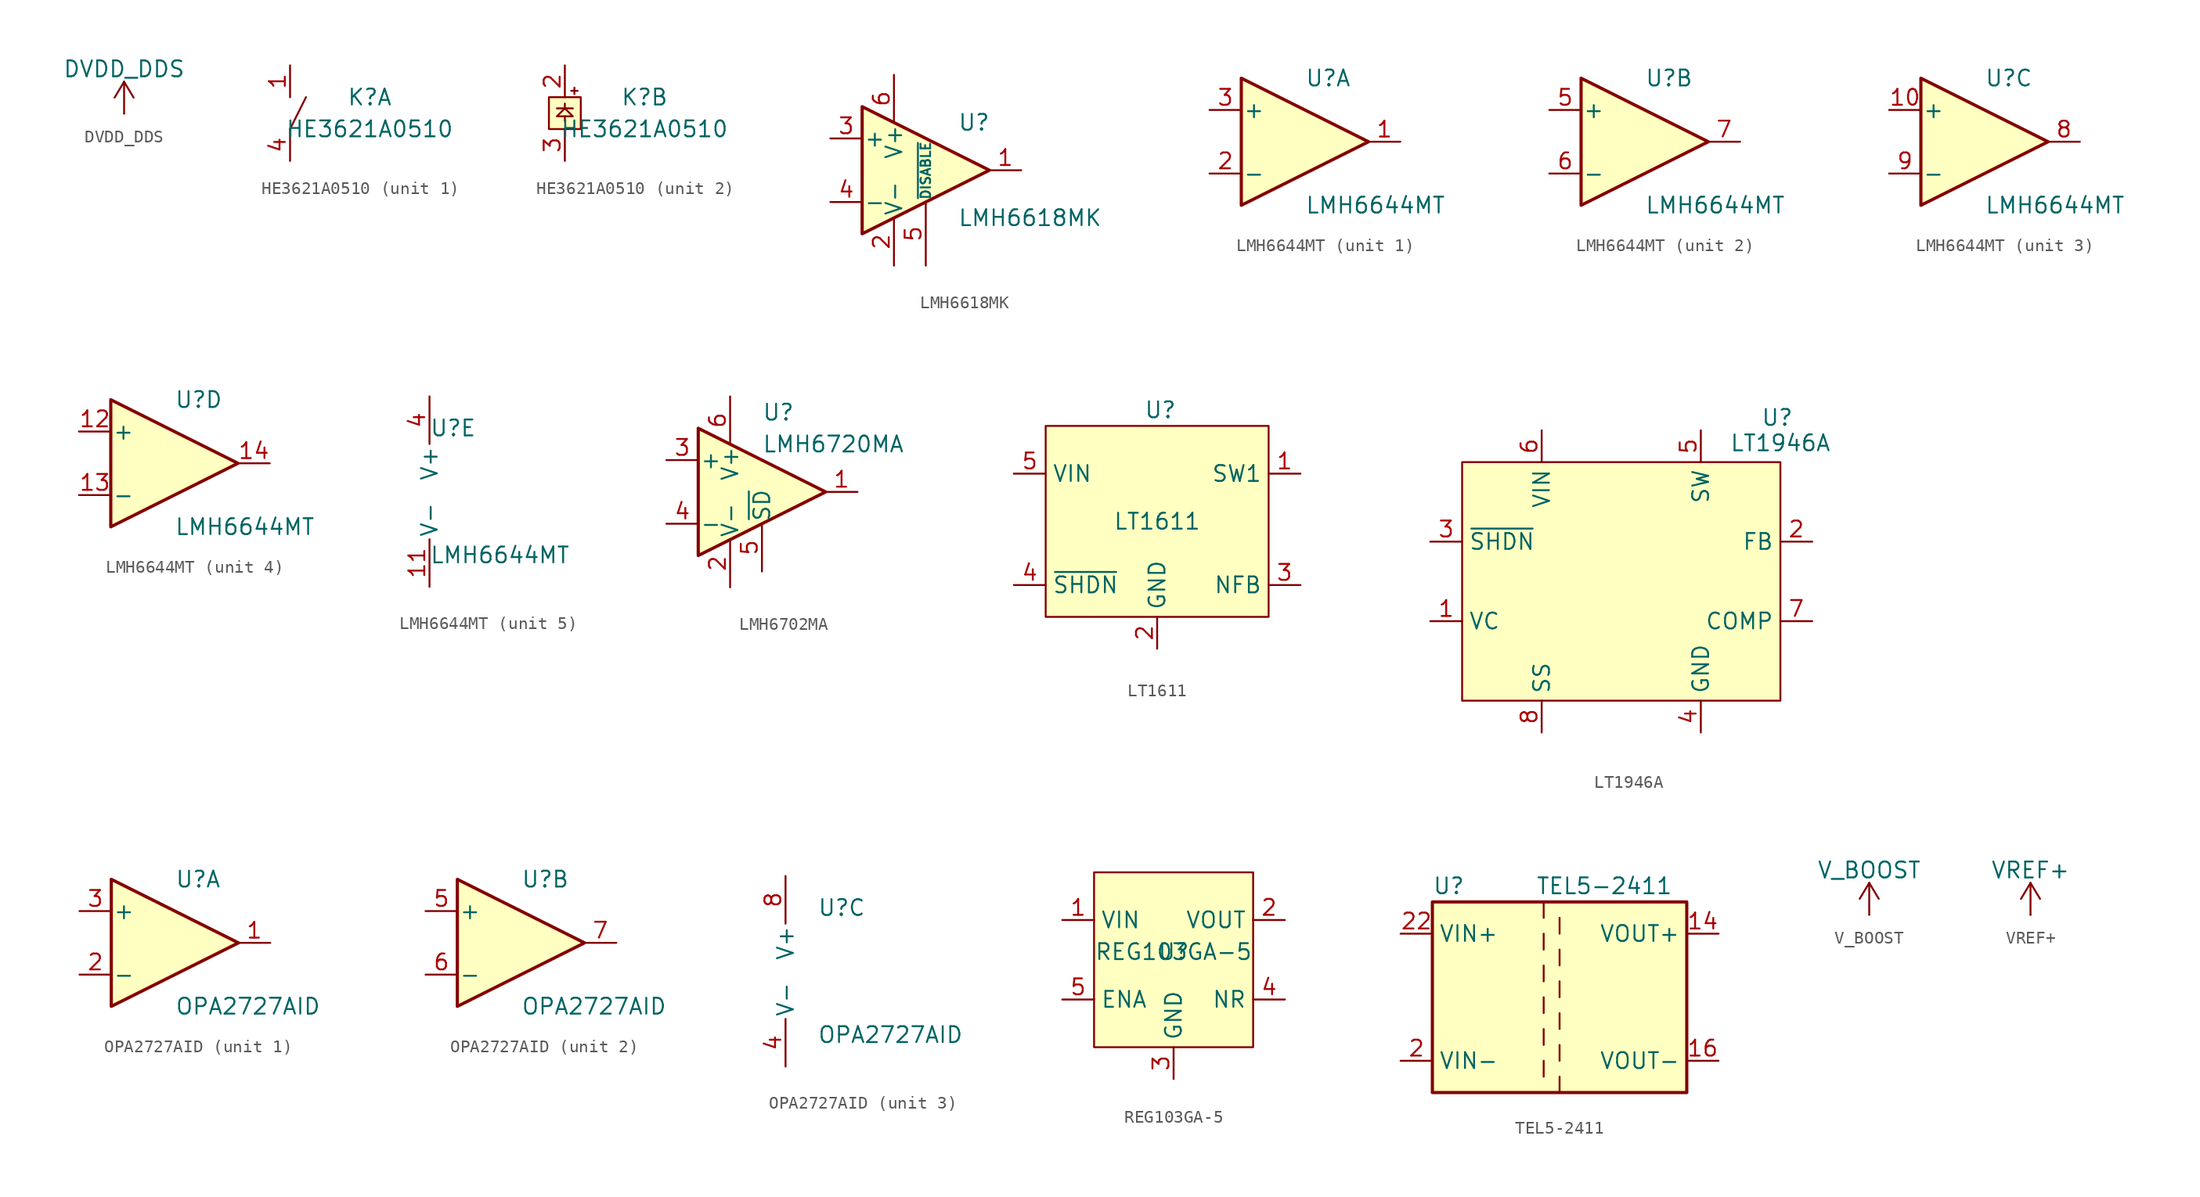
<source format=kicad_sym>
(kicad_symbol_lib
  (version 20231120)
  (generator "kicad_symbol_editor")
  (generator_version "8.0")
  (symbol "DVDD_DDS"
    (power)
    (pin_numbers hide)
    (pin_names
      (offset 0) hide)
    (property "Reference" "#PWR"
      (at 0 -3.81 0)
      (effects (font (size 1.27 1.27)) (hide yes)))
    (property "Value" "DVDD_DDS"
      (at 0 3.556 0)
      (effects (font (size 1.27 1.27))))
    (symbol "DVDD_DDS_0_1"
      (polyline (pts (xy -0.762 1.27) (xy 0 2.54)) (stroke (width 0) (type default)) (fill (type none)))
      (polyline (pts (xy 0 0) (xy 0 2.54)) (stroke (width 0) (type default)) (fill (type none)))
      (polyline (pts (xy 0 2.54) (xy 0.762 1.27)) (stroke (width 0) (type default)) (fill (type none))))
    (symbol "DVDD_DDS_1_1"
      (pin power_in line (at 0 0 90) (length 0) (name "~" (effects (font (size 1.27 1.27)))) (number "1" (effects (font (size 1.27 1.27)))))))
  (symbol "HE3621A0510"
    (pin_names
      (offset 1.016))
    (property "Reference" "K"
      (at 6.35 1.27 0)
      (effects (font (size 1.27 1.27))))
    (property "Value" "HE3621A0510"
      (at 6.35 -1.27 0)
      (effects (font (size 1.27 1.27))))
    (symbol "HE3621A0510_1_1"
      (polyline (pts (xy 0 -1.27) (xy 1.27 1.27)) (stroke (width 0) (type default)) (fill (type none)))
      (pin passive line (at 0 3.81 270) (length 2.54) (name "~" (effects (font (size 1.27 1.27)))) (number "1" (effects (font (size 1.27 1.27)))))
      (pin passive line (at 0 -3.81 90) (length 2.54) (name "~" (effects (font (size 1.27 1.27)))) (number "4" (effects (font (size 1.27 1.27))))))
    (symbol "HE3621A0510_2_1"
      (polyline (pts (xy 0 -0.254) (xy 0 -0.635)) (stroke (width 0) (type default)) (fill (type none)))
      (polyline (pts (xy 0 0.381) (xy 0 0.762)) (stroke (width 0) (type default)) (fill (type none)))
      (polyline (pts (xy 0.508 1.778) (xy 1.016 1.778)) (stroke (width 0) (type default)) (fill (type none)))
      (polyline (pts (xy 0.635 0.381) (xy -0.635 0.381)) (stroke (width 0) (type default)) (fill (type none)))
      (polyline (pts (xy 0.762 2.032) (xy 0.762 1.524)) (stroke (width 0) (type default)) (fill (type none)))
      (polyline (pts (xy 0.635 -0.254) (xy -0.635 -0.254) (xy 0 0.381) (xy 0.635 -0.254)) (stroke (width 0) (type default)) (fill (type none)))
      (rectangle (start 1.27 1.27) (end -1.27 -1.27) (stroke (width 0) (type default)) (fill (type background)))
      (pin passive line (at 0 3.81 270) (length 2.54) (name "~" (effects (font (size 1.27 1.27)))) (number "2" (effects (font (size 1.27 1.27)))))
      (pin passive line (at 0 -3.81 90) (length 2.54) (name "~" (effects (font (size 1.27 1.27)))) (number "3" (effects (font (size 1.27 1.27)))))))
  (symbol "LMH6618MK"
    (pin_names
      (offset 0.127))
    (property "Reference" "U"
      (at 2.54 3.81 0)
      (effects (font (size 1.27 1.27)) (justify left)))
    (property "Value" "LMH6618MK"
      (at 2.54 -3.81 0)
      (effects (font (size 1.27 1.27)) (justify left)))
    (symbol "LMH6618MK_0_1"
      (polyline (pts (xy -5.08 5.08) (xy 5.08 0) (xy -5.08 -5.08) (xy -5.08 5.08)) (stroke (width 0.254) (type default)) (fill (type background))))
    (symbol "LMH6618MK_1_1"
      (pin output line (at 7.62 0 180) (length 2.54) (name "~" (effects (font (size 1.27 1.27)))) (number "1" (effects (font (size 1.27 1.27)))))
      (pin power_in line (at -2.54 -7.62 90) (length 3.81) (name "V-" (effects (font (size 1.27 1.27)))) (number "2" (effects (font (size 1.27 1.27)))))
      (pin input line (at -7.62 2.54 0) (length 2.54) (name "+" (effects (font (size 1.27 1.27)))) (number "3" (effects (font (size 1.27 1.27)))))
      (pin input line (at -7.62 -2.54 0) (length 2.54) (name "-" (effects (font (size 1.27 1.27)))) (number "4" (effects (font (size 1.27 1.27)))))
      (pin input line (at 0 -7.62 90) (length 5.08) (name "~{DISABLE}" (effects (font (size 0.762 0.762)))) (number "5" (effects (font (size 1.27 1.27)))))
      (pin power_in line (at -2.54 7.62 270) (length 3.81) (name "V+" (effects (font (size 1.27 1.27)))) (number "6" (effects (font (size 1.27 1.27)))))))
  (symbol "LMH6644MT"
    (pin_names
      (offset 0.127))
    (property "Reference" "U"
      (at 0 5.08 0)
      (effects (font (size 1.27 1.27)) (justify left)))
    (property "Value" "LMH6644MT"
      (at 0 -5.08 0)
      (effects (font (size 1.27 1.27)) (justify left)))
    (property "ki_locked" ""
      (at 0 0 0)
      (effects (font (size 1.27 1.27))))
    (symbol "LMH6644MT_1_1"
      (polyline (pts (xy -5.08 5.08) (xy 5.08 0) (xy -5.08 -5.08) (xy -5.08 5.08)) (stroke (width 0.254) (type default)) (fill (type background)))
      (pin output line (at 7.62 0 180) (length 2.54) (name "~" (effects (font (size 1.27 1.27)))) (number "1" (effects (font (size 1.27 1.27)))))
      (pin input line (at -7.62 -2.54 0) (length 2.54) (name "-" (effects (font (size 1.27 1.27)))) (number "2" (effects (font (size 1.27 1.27)))))
      (pin input line (at -7.62 2.54 0) (length 2.54) (name "+" (effects (font (size 1.27 1.27)))) (number "3" (effects (font (size 1.27 1.27))))))
    (symbol "LMH6644MT_2_1"
      (polyline (pts (xy -5.08 5.08) (xy 5.08 0) (xy -5.08 -5.08) (xy -5.08 5.08)) (stroke (width 0.254) (type default)) (fill (type background)))
      (pin input line (at -7.62 2.54 0) (length 2.54) (name "+" (effects (font (size 1.27 1.27)))) (number "5" (effects (font (size 1.27 1.27)))))
      (pin input line (at -7.62 -2.54 0) (length 2.54) (name "-" (effects (font (size 1.27 1.27)))) (number "6" (effects (font (size 1.27 1.27)))))
      (pin output line (at 7.62 0 180) (length 2.54) (name "~" (effects (font (size 1.27 1.27)))) (number "7" (effects (font (size 1.27 1.27))))))
    (symbol "LMH6644MT_3_1"
      (polyline (pts (xy -5.08 5.08) (xy 5.08 0) (xy -5.08 -5.08) (xy -5.08 5.08)) (stroke (width 0.254) (type default)) (fill (type background)))
      (pin input line (at -7.62 2.54 0) (length 2.54) (name "+" (effects (font (size 1.27 1.27)))) (number "10" (effects (font (size 1.27 1.27)))))
      (pin output line (at 7.62 0 180) (length 2.54) (name "~" (effects (font (size 1.27 1.27)))) (number "8" (effects (font (size 1.27 1.27)))))
      (pin input line (at -7.62 -2.54 0) (length 2.54) (name "-" (effects (font (size 1.27 1.27)))) (number "9" (effects (font (size 1.27 1.27))))))
    (symbol "LMH6644MT_4_1"
      (polyline (pts (xy -5.08 5.08) (xy 5.08 0) (xy -5.08 -5.08) (xy -5.08 5.08)) (stroke (width 0.254) (type default)) (fill (type background)))
      (pin input line (at -7.62 2.54 0) (length 2.54) (name "+" (effects (font (size 1.27 1.27)))) (number "12" (effects (font (size 1.27 1.27)))))
      (pin input line (at -7.62 -2.54 0) (length 2.54) (name "-" (effects (font (size 1.27 1.27)))) (number "13" (effects (font (size 1.27 1.27)))))
      (pin output line (at 7.62 0 180) (length 2.54) (name "~" (effects (font (size 1.27 1.27)))) (number "14" (effects (font (size 1.27 1.27))))))
    (symbol "LMH6644MT_5_1"
      (pin power_in line (at 0 -7.62 90) (length 3.81) (name "V-" (effects (font (size 1.27 1.27)))) (number "11" (effects (font (size 1.27 1.27)))))
      (pin power_in line (at 0 7.62 270) (length 3.81) (name "V+" (effects (font (size 1.27 1.27)))) (number "4" (effects (font (size 1.27 1.27)))))))
  (symbol "LMH6702MA"
    (pin_names
      (offset 0.127))
    (property "Reference" "U"
      (at 0 6.35 0)
      (effects (font (size 1.27 1.27)) (justify left)))
    (property "Value" "LMH6720MA"
      (at 0 3.81 0)
      (effects (font (size 1.27 1.27)) (justify left)))
    (symbol "LMH6702MA_0_1"
      (polyline (pts (xy -5.08 5.08) (xy 5.08 0) (xy -5.08 -5.08) (xy -5.08 5.08)) (stroke (width 0.254) (type default)) (fill (type background))))
    (symbol "LMH6702MA_1_1"
      (pin output line (at 7.62 0 180) (length 2.54) (name "~" (effects (font (size 1.27 1.27)))) (number "1" (effects (font (size 1.27 1.27)))))
      (pin power_in line (at -2.54 -7.62 90) (length 3.81) (name "V-" (effects (font (size 1.27 1.27)))) (number "2" (effects (font (size 1.27 1.27)))))
      (pin input line (at -7.62 2.54 0) (length 2.54) (name "+" (effects (font (size 1.27 1.27)))) (number "3" (effects (font (size 1.27 1.27)))))
      (pin input line (at -7.62 -2.54 0) (length 2.54) (name "-" (effects (font (size 1.27 1.27)))) (number "4" (effects (font (size 1.27 1.27)))))
      (pin input line (at 0 -6.35 90) (length 3.81) (name "~{SD}" (effects (font (size 1.27 1.27)))) (number "5" (effects (font (size 1.27 1.27)))))
      (pin power_in line (at -2.54 7.62 270) (length 3.81) (name "V+" (effects (font (size 1.27 1.27)))) (number "6" (effects (font (size 1.27 1.27)))))))
  (symbol "LT1611"
    (property "Reference" "U"
      (at 0.254 8.89 0)
      (effects (font (size 1.27 1.27))))
    (property "Value" "LT1611"
      (at 0 0 0)
      (effects (font (size 1.27 1.27))))
    (symbol "LT1611_0_0"
      (pin passive line (at 11.43 3.81 180) (length 2.54) (name "SW1" (effects (font (size 1.27 1.27)))) (number "1" (effects (font (size 1.27 1.27)))))
      (pin passive line (at 0 -10.16 90) (length 2.54) (name "GND" (effects (font (size 1.27 1.27)))) (number "2" (effects (font (size 1.27 1.27)))))
      (pin passive line (at 11.43 -5.08 180) (length 2.54) (name "NFB" (effects (font (size 1.27 1.27)))) (number "3" (effects (font (size 1.27 1.27)))))
      (pin passive line (at -11.43 -5.08 0) (length 2.54) (name "~{SHDN}" (effects (font (size 1.27 1.27)))) (number "4" (effects (font (size 1.27 1.27)))))
      (pin passive line (at -11.43 3.81 0) (length 2.54) (name "VIN" (effects (font (size 1.27 1.27)))) (number "5" (effects (font (size 1.27 1.27))))))
    (symbol "LT1611_1_1"
      (rectangle (start -8.89 7.62) (end 8.89 -7.62) (stroke (width 0) (type default)) (fill (type background)))))
  (symbol "LT1946A"
    (property "Reference" "U"
      (at 12.446 12.446 0)
      (effects (font (size 1.27 1.27))))
    (property "Value" "LT1946A"
      (at 12.7 10.414 0)
      (effects (font (size 1.27 1.27))))
    (symbol "LT1946A_0_0"
      (pin passive line (at -15.24 -3.81 0) (length 2.54) (name "VC" (effects (font (size 1.27 1.27)))) (number "1" (effects (font (size 1.27 1.27)))))
      (pin passive line (at 15.24 2.54 180) (length 2.54) (name "FB" (effects (font (size 1.27 1.27)))) (number "2" (effects (font (size 1.27 1.27)))))
      (pin passive line (at -15.24 2.54 0) (length 2.54) (name "~{SHDN}" (effects (font (size 1.27 1.27)))) (number "3" (effects (font (size 1.27 1.27)))))
      (pin passive line (at 6.35 -12.7 90) (length 2.54) (name "GND" (effects (font (size 1.27 1.27)))) (number "4" (effects (font (size 1.27 1.27)))))
      (pin passive line (at 6.35 11.43 270) (length 2.54) (name "SW" (effects (font (size 1.27 1.27)))) (number "5" (effects (font (size 1.27 1.27)))))
      (pin passive line (at -6.35 11.43 270) (length 2.54) (name "VIN" (effects (font (size 1.27 1.27)))) (number "6" (effects (font (size 1.27 1.27)))))
      (pin passive line (at 15.24 -3.81 180) (length 2.54) (name "COMP" (effects (font (size 1.27 1.27)))) (number "7" (effects (font (size 1.27 1.27)))))
      (pin passive line (at -6.35 -12.7 90) (length 2.54) (name "SS" (effects (font (size 1.27 1.27)))) (number "8" (effects (font (size 1.27 1.27))))))
    (symbol "LT1946A_1_0"
      (pin passive line (at 6.35 -12.7 90) (length 2.54) hide (name "GND" (effects (font (size 1.27 1.27)))) (number "9" (effects (font (size 1.27 1.27))))))
    (symbol "LT1946A_1_1"
      (rectangle (start -12.7 8.89) (end 12.7 -10.16) (stroke (width 0) (type default)) (fill (type background)))))
  (symbol "OPA2727AID"
    (pin_names
      (offset 0.127))
    (property "Reference" "U"
      (at 0 5.08 0)
      (effects (font (size 1.27 1.27)) (justify left)))
    (property "Value" "OPA2727AID"
      (at 0 -5.08 0)
      (effects (font (size 1.27 1.27)) (justify left)))
    (property "ki_locked" ""
      (at 0 0 0)
      (effects (font (size 1.27 1.27))))
    (symbol "OPA2727AID_1_1"
      (polyline (pts (xy -5.08 5.08) (xy 5.08 0) (xy -5.08 -5.08) (xy -5.08 5.08)) (stroke (width 0.254) (type default)) (fill (type background)))
      (pin output line (at 7.62 0 180) (length 2.54) (name "~" (effects (font (size 1.27 1.27)))) (number "1" (effects (font (size 1.27 1.27)))))
      (pin input line (at -7.62 -2.54 0) (length 2.54) (name "-" (effects (font (size 1.27 1.27)))) (number "2" (effects (font (size 1.27 1.27)))))
      (pin input line (at -7.62 2.54 0) (length 2.54) (name "+" (effects (font (size 1.27 1.27)))) (number "3" (effects (font (size 1.27 1.27))))))
    (symbol "OPA2727AID_2_1"
      (polyline (pts (xy -5.08 5.08) (xy 5.08 0) (xy -5.08 -5.08) (xy -5.08 5.08)) (stroke (width 0.254) (type default)) (fill (type background)))
      (pin input line (at -7.62 2.54 0) (length 2.54) (name "+" (effects (font (size 1.27 1.27)))) (number "5" (effects (font (size 1.27 1.27)))))
      (pin input line (at -7.62 -2.54 0) (length 2.54) (name "-" (effects (font (size 1.27 1.27)))) (number "6" (effects (font (size 1.27 1.27)))))
      (pin output line (at 7.62 0 180) (length 2.54) (name "~" (effects (font (size 1.27 1.27)))) (number "7" (effects (font (size 1.27 1.27))))))
    (symbol "OPA2727AID_3_1"
      (pin power_in line (at -2.54 -7.62 90) (length 3.81) (name "V-" (effects (font (size 1.27 1.27)))) (number "4" (effects (font (size 1.27 1.27)))))
      (pin power_in line (at -2.54 7.62 270) (length 3.81) (name "V+" (effects (font (size 1.27 1.27)))) (number "8" (effects (font (size 1.27 1.27)))))))
  (symbol "REG103GA-5"
    (property "Reference" "U"
      (at 0 0 0)
      (effects (font (size 1.27 1.27))))
    (property "Value" "REG103GA-5"
      (at 0 0 0)
      (effects (font (size 1.27 1.27))))
    (symbol "REG103GA-5_0_0"
      (pin passive line (at 0 -10.16 90) (length 2.54) (name "GND" (effects (font (size 1.27 1.27)))) (number "3" (effects (font (size 1.27 1.27)))))
      (pin passive line (at 8.89 -3.81 180) (length 2.54) (name "NR" (effects (font (size 1.27 1.27)))) (number "4" (effects (font (size 1.27 1.27)))))
      (pin passive line (at -8.89 -3.81 0) (length 2.54) (name "ENA" (effects (font (size 1.27 1.27)))) (number "5" (effects (font (size 1.27 1.27))))))
    (symbol "REG103GA-5_1_0"
      (pin passive line (at -8.89 2.54 0) (length 2.54) (name "VIN" (effects (font (size 1.27 1.27)))) (number "1" (effects (font (size 1.27 1.27)))))
      (pin passive line (at 8.89 2.54 180) (length 2.54) (name "VOUT" (effects (font (size 1.27 1.27)))) (number "2" (effects (font (size 1.27 1.27)))))
      (pin passive line (at 0 -10.16 90) (length 2.54) hide (name "GND" (effects (font (size 1.27 1.27)))) (number "6" (effects (font (size 1.27 1.27))))))
    (symbol "REG103GA-5_1_1"
      (rectangle (start -6.35 6.35) (end 6.35 -7.62) (stroke (width 0) (type default)) (fill (type background)))))
  (symbol "TEL5-2411"
    (property "Reference" "U"
      (at -10.16 8.89 0)
      (effects (font (size 1.27 1.27)) (justify left)))
    (property "Value" "TEL5-2411"
      (at -1.905 8.89 0)
      (effects (font (size 1.27 1.27)) (justify left)))
    (symbol "TEL5-2411_0_1"
      (rectangle (start -10.16 7.62) (end 10.16 -7.62) (stroke (width 0.254) (type default)) (fill (type background)))
      (polyline (pts (xy -1.27 -5.08) (xy -1.27 -6.35)) (stroke (width 0) (type default)) (fill (type none)))
      (polyline (pts (xy -1.27 -2.54) (xy -1.27 -3.81)) (stroke (width 0) (type default)) (fill (type none)))
      (polyline (pts (xy -1.27 0) (xy -1.27 -1.27)) (stroke (width 0) (type default)) (fill (type none)))
      (polyline (pts (xy -1.27 2.54) (xy -1.27 1.27)) (stroke (width 0) (type default)) (fill (type none)))
      (polyline (pts (xy -1.27 5.08) (xy -1.27 3.81)) (stroke (width 0) (type default)) (fill (type none)))
      (polyline (pts (xy -1.27 7.62) (xy -1.27 6.35)) (stroke (width 0) (type default)) (fill (type none)))
      (polyline (pts (xy 0 -7.62) (xy 0 -6.35)) (stroke (width 0) (type default)) (fill (type none)))
      (polyline (pts (xy 0 -5.08) (xy 0 -3.81)) (stroke (width 0) (type default)) (fill (type none)))
      (polyline (pts (xy 0 -1.27) (xy 0 -2.54)) (stroke (width 0) (type default)) (fill (type none)))
      (polyline (pts (xy 0 0) (xy 0 1.27)) (stroke (width 0) (type default)) (fill (type none)))
      (polyline (pts (xy 0 2.54) (xy 0 3.81)) (stroke (width 0) (type default)) (fill (type none)))
      (polyline (pts (xy 0 5.08) (xy 0 6.35)) (stroke (width 0) (type default)) (fill (type none))))
    (symbol "TEL5-2411_1_1"
      (pin passive line (at 12.7 5.08 180) (length 2.54) (name "VOUT+" (effects (font (size 1.27 1.27)))) (number "14" (effects (font (size 1.27 1.27)))))
      (pin passive line (at 12.7 -5.08 180) (length 2.54) (name "VOUT-" (effects (font (size 1.27 1.27)))) (number "16" (effects (font (size 1.27 1.27)))))
      (pin passive line (at -12.7 -5.08 0) (length 2.54) (name "VIN-" (effects (font (size 1.27 1.27)))) (number "2" (effects (font (size 1.27 1.27)))))
      (pin passive line (at -12.7 5.08 0) (length 2.54) (name "VIN+" (effects (font (size 1.27 1.27)))) (number "22" (effects (font (size 1.27 1.27)))))
      (pin passive line (at -12.7 5.08 0) (length 2.54) hide (name "VIN+" (effects (font (size 1.27 1.27)))) (number "23" (effects (font (size 1.27 1.27)))))
      (pin passive line (at -12.7 -5.08 0) (length 2.54) hide (name "VIN-" (effects (font (size 1.27 1.27)))) (number "3" (effects (font (size 1.27 1.27)))))))
  (symbol "V_BOOST"
    (power)
    (pin_numbers hide)
    (pin_names
      (offset 0) hide)
    (property "Reference" "#PWR"
      (at 0 -3.81 0)
      (effects (font (size 1.27 1.27)) (hide yes)))
    (property "Value" "V_BOOST"
      (at 0 3.556 0)
      (effects (font (size 1.27 1.27))))
    (symbol "V_BOOST_0_1"
      (polyline (pts (xy -0.762 1.27) (xy 0 2.54)) (stroke (width 0) (type default)) (fill (type none)))
      (polyline (pts (xy 0 0) (xy 0 2.54)) (stroke (width 0) (type default)) (fill (type none)))
      (polyline (pts (xy 0 2.54) (xy 0.762 1.27)) (stroke (width 0) (type default)) (fill (type none))))
    (symbol "V_BOOST_1_1"
      (pin power_in line (at 0 0 90) (length 0) (name "~" (effects (font (size 1.27 1.27)))) (number "1" (effects (font (size 1.27 1.27)))))))
  (symbol "VREF+"
    (power)
    (pin_numbers hide)
    (pin_names
      (offset 0) hide)
    (property "Reference" "#PWR"
      (at 0 -3.81 0)
      (effects (font (size 1.27 1.27)) (hide yes)))
    (property "Value" "VREF+"
      (at 0 3.556 0)
      (effects (font (size 1.27 1.27))))
    (symbol "VREF+_0_1"
      (polyline (pts (xy -0.762 1.27) (xy 0 2.54)) (stroke (width 0) (type default)) (fill (type none)))
      (polyline (pts (xy 0 0) (xy 0 2.54)) (stroke (width 0) (type default)) (fill (type none)))
      (polyline (pts (xy 0 2.54) (xy 0.762 1.27)) (stroke (width 0) (type default)) (fill (type none))))
    (symbol "VREF+_1_1"
      (pin power_in line (at 0 0 90) (length 0) (name "~" (effects (font (size 1.27 1.27)))) (number "1" (effects (font (size 1.27 1.27))))))))
</source>
